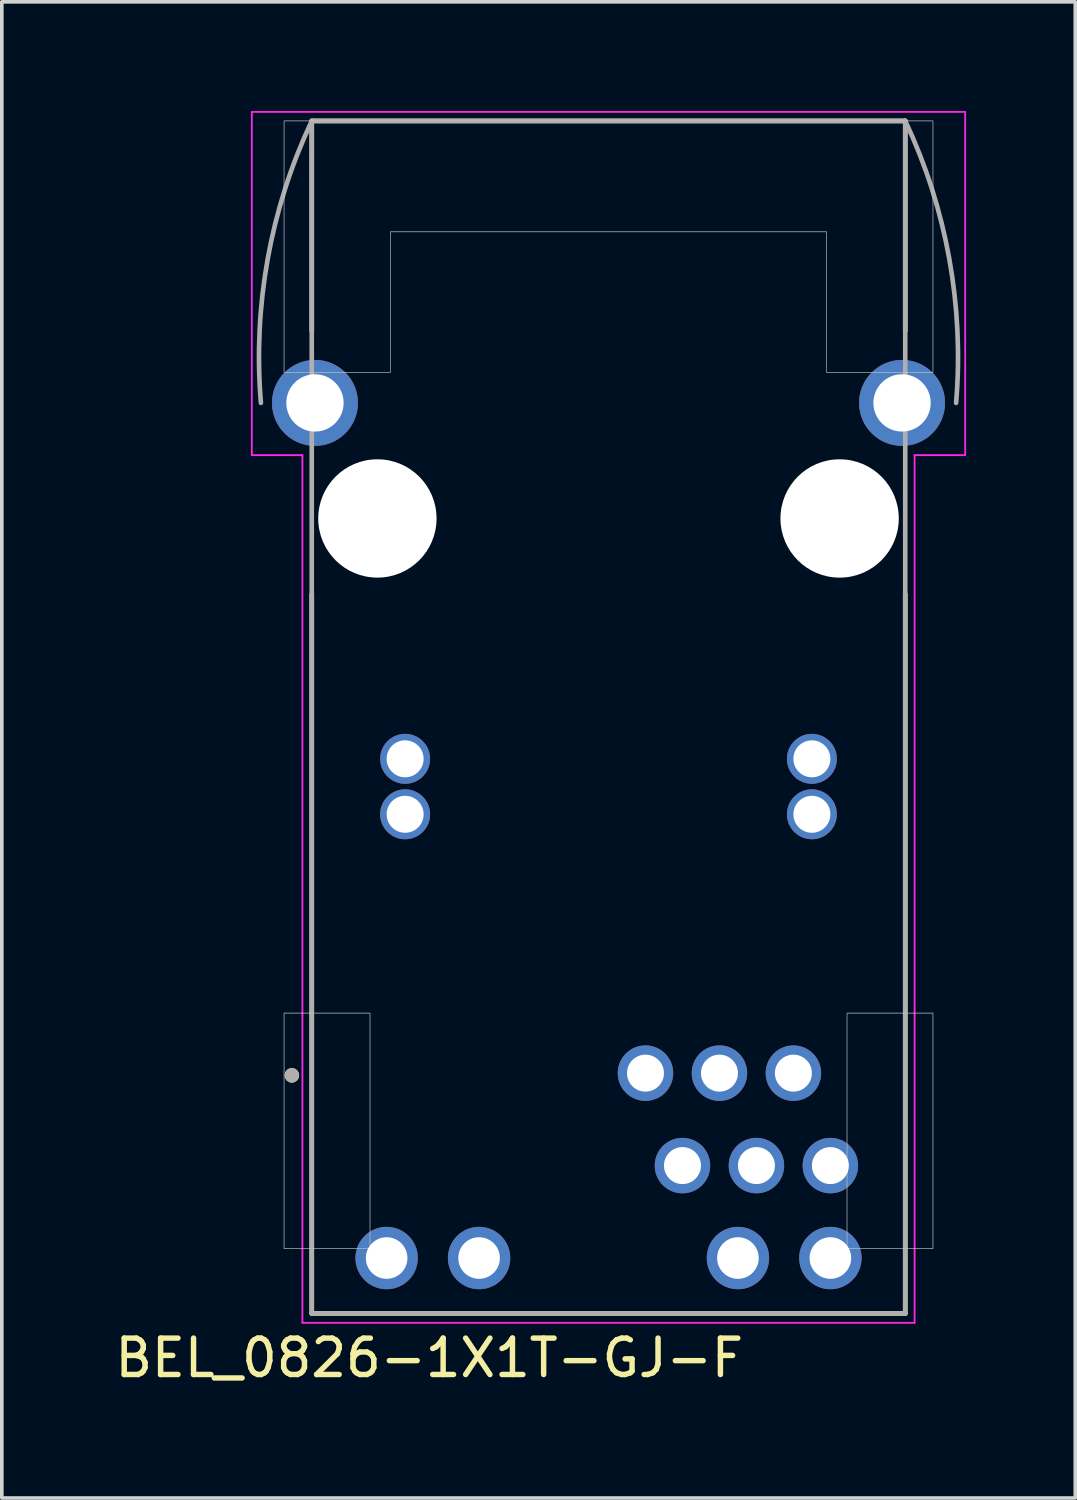
<source format=kicad_pcb>
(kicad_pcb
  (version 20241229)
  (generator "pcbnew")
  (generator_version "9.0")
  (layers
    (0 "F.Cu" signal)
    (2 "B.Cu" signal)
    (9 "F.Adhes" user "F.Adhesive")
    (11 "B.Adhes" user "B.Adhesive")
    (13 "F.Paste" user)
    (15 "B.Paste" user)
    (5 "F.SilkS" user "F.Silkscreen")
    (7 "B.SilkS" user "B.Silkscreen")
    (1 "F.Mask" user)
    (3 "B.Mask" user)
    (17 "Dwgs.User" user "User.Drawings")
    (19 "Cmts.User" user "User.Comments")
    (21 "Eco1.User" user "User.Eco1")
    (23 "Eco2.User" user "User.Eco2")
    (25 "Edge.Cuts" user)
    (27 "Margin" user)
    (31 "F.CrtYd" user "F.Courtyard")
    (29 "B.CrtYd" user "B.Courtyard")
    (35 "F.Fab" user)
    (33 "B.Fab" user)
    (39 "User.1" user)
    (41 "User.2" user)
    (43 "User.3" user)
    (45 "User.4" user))
  (footprint "BEL_0826-1X1T-GJ-F"
    (layer "F.Cu")
    (at 13.669 11.195)
    (property "Reference" "BEL_0826-1X1T-GJ-F" (at -4.925 23.065 0) (layer "F.SilkS") (effects (font (size 1 1) (thickness 0.15))))
    (attr through_hole)
    (fp_line (start -8.153 -5.156) (end -8.153 -10.922) (stroke (width 0.127) (type solid)) (layer "F.SilkS"))
    (fp_line (start -8.153 21.844) (end -8.153 2.078) (stroke (width 0.127) (type solid)) (layer "F.SilkS"))
    (fp_line (start -8.153 21.844) (end 8.153 21.844) (stroke (width 0.127) (type solid)) (layer "F.SilkS"))
    (fp_line (start 8.153 -10.922) (end -8.153 -10.922) (stroke (width 0.127) (type solid)) (layer "F.SilkS"))
    (fp_line (start 8.153 -5.156) (end 8.153 -10.922) (stroke (width 0.127) (type solid)) (layer "F.SilkS"))
    (fp_line (start 8.153 21.844) (end 8.153 2.078) (stroke (width 0.127) (type solid)) (layer "F.SilkS"))
    (fp_circle (center -8.7 15.3) (end -8.6 15.3) (stroke (width 0.2) (type solid)) (fill no) (layer "F.SilkS"))
    (fp_poly (pts (xy -8.915 13.589) (xy -6.553 13.589) (xy -6.553 20.066) (xy -8.915 20.066)) (stroke (width 0.01) (type solid)) (fill no) (layer "Dwgs.User"))
    (fp_poly (pts (xy -8.915 13.589) (xy -6.553 13.589) (xy -6.553 20.066) (xy -8.915 20.066)) (stroke (width 0.01) (type solid)) (fill no) (layer "Dwgs.User"))
    (fp_poly (pts (xy 6.553 13.589) (xy 8.915 13.589) (xy 8.915 20.066) (xy 6.553 20.066)) (stroke (width 0.01) (type solid)) (fill no) (layer "Dwgs.User"))
    (fp_poly (pts (xy 6.553 13.589) (xy 8.915 13.589) (xy 8.915 20.066) (xy 6.553 20.066)) (stroke (width 0.01) (type solid)) (fill no) (layer "Dwgs.User"))
    (fp_poly (pts (xy -8.915 -4.013) (xy -5.994 -4.013) (xy -5.994 -7.874) (xy 5.994 -7.874) (xy 5.994 -4.013) (xy 8.915 -4.013) (xy 8.915 -10.922) (xy -8.915 -10.922)) (stroke (width 0.01) (type solid)) (fill no) (layer "Dwgs.User"))
    (fp_poly (pts (xy -8.915 -4.013) (xy -5.994 -4.013) (xy -5.994 -7.874) (xy 5.994 -7.874) (xy 5.994 -4.013) (xy 8.915 -4.013) (xy 8.915 -10.922) (xy -8.915 -10.922)) (stroke (width 0.01) (type solid)) (fill no) (layer "Dwgs.User"))
    (fp_line (start -9.8 -11.17) (end 9.8 -11.17) (stroke (width 0.05) (type solid)) (layer "F.CrtYd"))
    (fp_line (start -9.8 -1.74) (end -9.8 -11.17) (stroke (width 0.05) (type solid)) (layer "F.CrtYd"))
    (fp_line (start -8.41 -1.74) (end -9.8 -1.74) (stroke (width 0.05) (type solid)) (layer "F.CrtYd"))
    (fp_line (start -8.41 22.1) (end -8.41 -1.74) (stroke (width 0.05) (type solid)) (layer "F.CrtYd"))
    (fp_line (start 8.41 -1.74) (end 8.41 22.1) (stroke (width 0.05) (type solid)) (layer "F.CrtYd"))
    (fp_line (start 8.41 22.1) (end -8.41 22.1) (stroke (width 0.05) (type solid)) (layer "F.CrtYd"))
    (fp_line (start 9.8 -11.17) (end 9.8 -1.74) (stroke (width 0.05) (type solid)) (layer "F.CrtYd"))
    (fp_line (start 9.8 -1.74) (end 8.41 -1.74) (stroke (width 0.05) (type solid)) (layer "F.CrtYd"))
    (fp_line (start -8.153 -10.922) (end -8.153 21.844) (stroke (width 0.127) (type solid)) (layer "F.Fab"))
    (fp_line (start -8.153 21.844) (end 8.153 21.844) (stroke (width 0.127) (type solid)) (layer "F.Fab"))
    (fp_line (start 8.153 -10.922) (end -8.153 -10.922) (stroke (width 0.127) (type solid)) (layer "F.Fab"))
    (fp_line (start 8.153 21.844) (end 8.153 -10.922) (stroke (width 0.127) (type solid)) (layer "F.Fab"))
    (fp_arc (start -9.5504 -3.175) (mid -9.361856 -7.140459) (end -8.1534 -10.922) (stroke (width 0.127) (type solid)) (layer "F.Fab"))
    (fp_arc (start 8.1534 -10.922) (mid 9.361856 -7.140459) (end 9.5504 -3.175) (stroke (width 0.127) (type solid)) (layer "F.Fab"))
    (fp_circle (center -8.7 15.3) (end -8.6 15.3) (stroke (width 0.2) (type solid)) (fill no) (layer "F.Fab"))
    (pad "" np_thru_hole circle (at -6.35 0) (size 3.251 3.251) (drill 3.251) (layers "*.Cu" "*.Mask"))
    (pad "" np_thru_hole circle (at 6.35 0) (size 3.251 3.251) (drill 3.251) (layers "*.Cu" "*.Mask"))
    (pad "4" thru_hole circle (at 1.016 15.24) (size 1.524 1.524) (drill 1.016) (layers "*.Cu" "*.Mask"))
    (pad "5" thru_hole circle (at 3.048 15.24) (size 1.524 1.524) (drill 1.016) (layers "*.Cu" "*.Mask"))
    (pad "6" thru_hole circle (at 5.08 15.24) (size 1.524 1.524) (drill 1.016) (layers "*.Cu" "*.Mask"))
    (pad "10" thru_hole circle (at 2.032 17.78) (size 1.524 1.524) (drill 1.016) (layers "*.Cu" "*.Mask"))
    (pad "11" thru_hole circle (at 4.064 17.78) (size 1.524 1.524) (drill 1.016) (layers "*.Cu" "*.Mask"))
    (pad "12" thru_hole circle (at 6.096 17.78) (size 1.524 1.524) (drill 1.016) (layers "*.Cu" "*.Mask"))
    (pad "13" thru_hole circle (at -5.588 8.128) (size 1.372 1.372) (drill 1.016) (layers "*.Cu" "*.Mask"))
    (pad "14" thru_hole circle (at 5.588 8.128) (size 1.372 1.372) (drill 1.016) (layers "*.Cu" "*.Mask"))
    (pad "15" thru_hole circle (at -5.588 6.604) (size 1.372 1.372) (drill 1.016) (layers "*.Cu" "*.Mask"))
    (pad "16" thru_hole circle (at 5.588 6.604) (size 1.372 1.372) (drill 1.016) (layers "*.Cu" "*.Mask"))
    (pad "17" thru_hole circle (at -6.096 20.32) (size 1.714 1.714) (drill 1.143) (layers "*.Cu" "*.Mask"))
    (pad "18" thru_hole circle (at -3.556 20.32) (size 1.714 1.714) (drill 1.143) (layers "*.Cu" "*.Mask"))
    (pad "19" thru_hole circle (at 3.556 20.32) (size 1.714 1.714) (drill 1.143) (layers "*.Cu" "*.Mask"))
    (pad "20" thru_hole circle (at 6.096 20.32) (size 1.714 1.714) (drill 1.143) (layers "*.Cu" "*.Mask"))
    (pad "S1" thru_hole circle (at -8.065 -3.175) (size 2.362 2.362) (drill 1.575) (layers "*.Cu" "*.Mask"))
    (pad "S2" thru_hole circle (at 8.065 -3.175) (size 2.362 2.362) (drill 1.575) (layers "*.Cu" "*.Mask")))
  (gr_rect
    (start -3 -3)
    (end 26.494 38.108)
    (stroke (width 0.1) (type default))
    (fill no)
    (layer "Edge.Cuts")))
</source>
